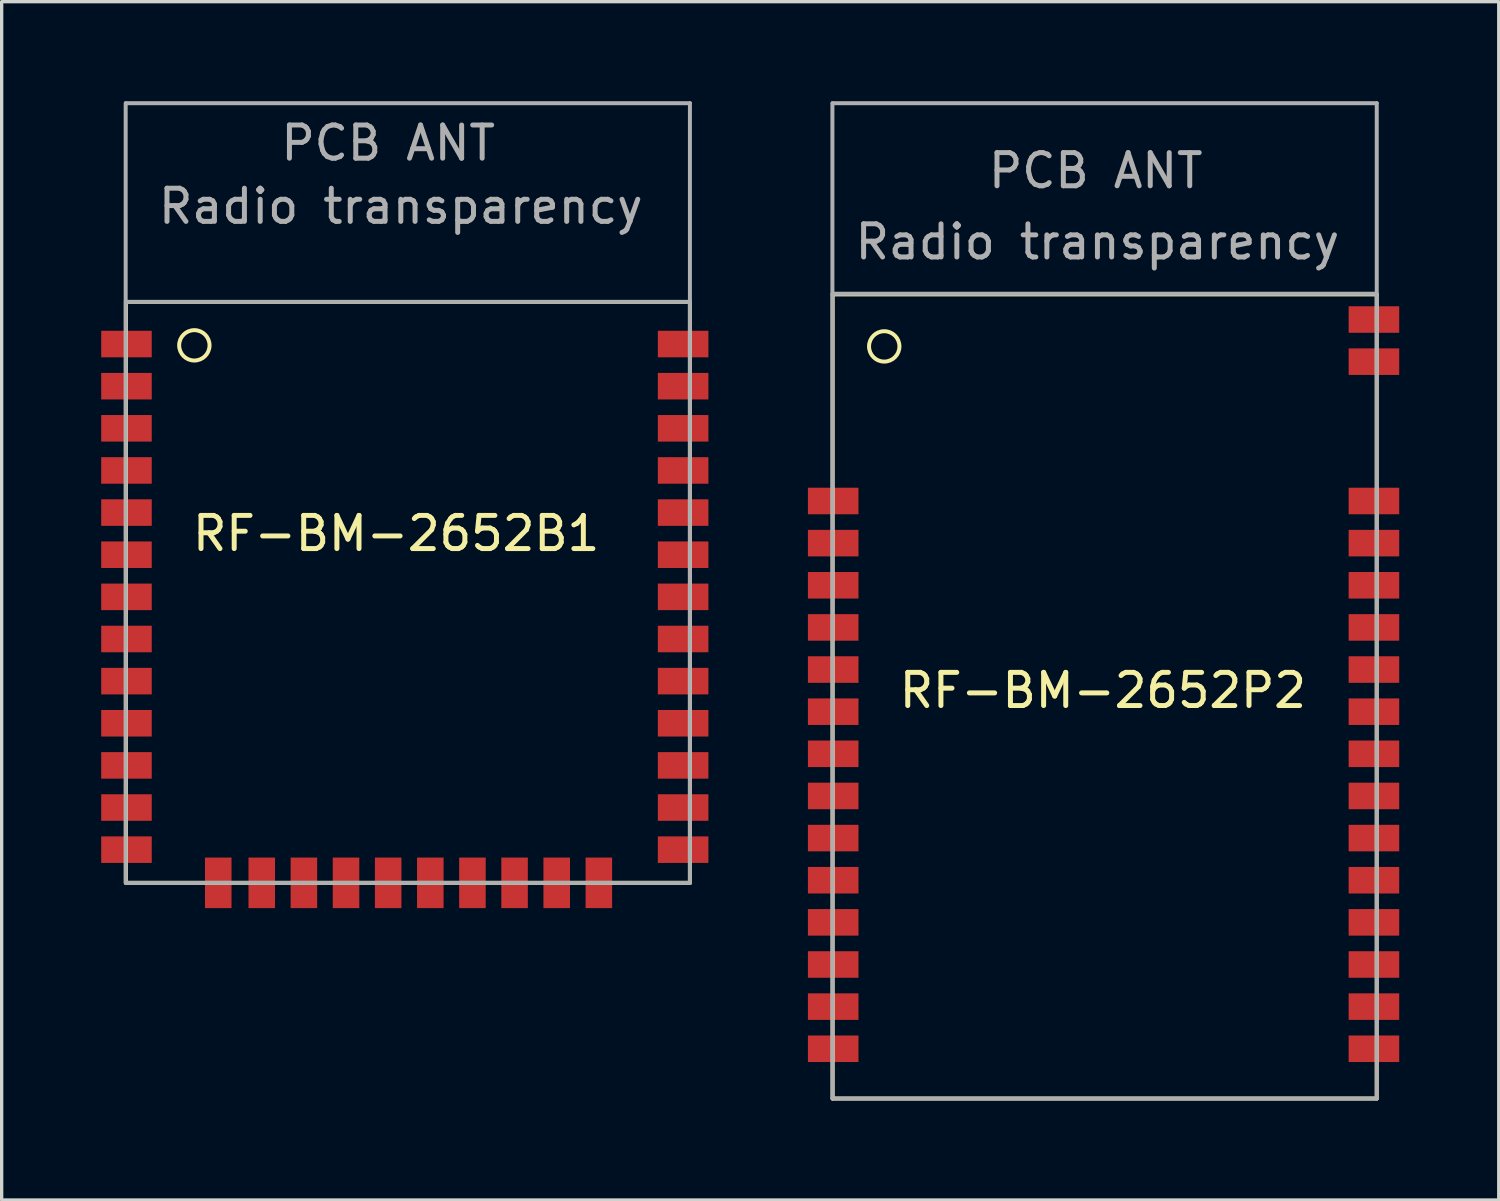
<source format=kicad_pcb>
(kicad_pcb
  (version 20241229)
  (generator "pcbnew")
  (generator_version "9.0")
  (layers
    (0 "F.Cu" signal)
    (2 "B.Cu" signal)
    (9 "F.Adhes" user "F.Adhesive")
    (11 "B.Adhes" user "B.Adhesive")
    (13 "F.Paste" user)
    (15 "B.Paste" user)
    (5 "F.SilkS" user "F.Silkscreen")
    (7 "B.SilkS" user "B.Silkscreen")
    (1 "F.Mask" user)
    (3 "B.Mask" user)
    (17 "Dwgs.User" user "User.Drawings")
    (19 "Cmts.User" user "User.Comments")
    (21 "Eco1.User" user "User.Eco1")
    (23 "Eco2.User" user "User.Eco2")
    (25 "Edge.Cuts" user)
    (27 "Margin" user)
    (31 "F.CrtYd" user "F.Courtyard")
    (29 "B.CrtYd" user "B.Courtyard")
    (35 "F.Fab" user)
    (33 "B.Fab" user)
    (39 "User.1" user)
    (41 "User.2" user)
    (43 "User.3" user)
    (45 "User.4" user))
  (footprint "RF-BM-2652P2"
    (layer "F.Cu")
    (at 29.952 23.901)
    (property "Reference" "RF-BM-2652P2" (at 0.24 -6.14 0) (layer "F.SilkS") (effects (font (size 1 1) (thickness 0.15))))
    (attr through_hole)
    (fp_line (start -7.905 -18.078) (end -7.905 6.16) (stroke (width 0.12) (type solid)) (layer "F.SilkS"))
    (fp_line (start -7.905 6.16) (end 8.495 6.16) (stroke (width 0.12) (type solid)) (layer "F.SilkS"))
    (fp_line (start 8.495 -18.078) (end -7.905 -18.078) (stroke (width 0.12) (type solid)) (layer "F.SilkS"))
    (fp_line (start 8.495 -18.078) (end 8.495 6.16) (stroke (width 0.12) (type solid)) (layer "F.SilkS"))
    (fp_circle (center -6.35 -16.51) (end -6.731 -16.764) (stroke (width 0.12) (type solid)) (fill no) (layer "F.SilkS"))
    (fp_line (start -7.912 -23.84) (end -7.912 6.16) (stroke (width 0.12) (type solid)) (layer "F.Fab"))
    (fp_line (start -7.905 -23.84) (end 8.495 -23.84) (stroke (width 0.12) (type solid)) (layer "F.Fab"))
    (fp_line (start -7.905 6.16) (end 8.495 6.16) (stroke (width 0.12) (type solid)) (layer "F.Fab"))
    (fp_line (start 8.471 -18.098) (end -7.905 -18.098) (stroke (width 0.12) (type solid)) (layer "F.Fab"))
    (fp_line (start 8.495 -23.84) (end 8.495 6.16) (stroke (width 0.12) (type solid)) (layer "F.Fab"))
    (fp_text user "PCB ANT" (at 0.025 -21.806 0) (layer "F.Fab") (effects (font (size 1 1) (thickness 0.15))))
    (fp_text user "Radio transparency" (at 0.076 -19.66 0) (layer "F.Fab") (effects (font (size 1 1) (thickness 0.15))))
    (pad "1" smd rect (at -7.888 -11.85) (size 1.524 0.8) (layers "F.Cu" "F.Mask" "F.Paste"))
    (pad "2" smd rect (at -7.888 -10.58) (size 1.524 0.8) (layers "F.Cu" "F.Mask" "F.Paste"))
    (pad "3" smd rect (at -7.888 -9.31) (size 1.524 0.8) (layers "F.Cu" "F.Mask" "F.Paste"))
    (pad "4" smd rect (at -7.888 -8.04) (size 1.524 0.8) (layers "F.Cu" "F.Mask" "F.Paste"))
    (pad "5" smd rect (at -7.888 -6.77) (size 1.524 0.8) (layers "F.Cu" "F.Mask" "F.Paste"))
    (pad "6" smd rect (at -7.888 -5.5) (size 1.524 0.8) (layers "F.Cu" "F.Mask" "F.Paste"))
    (pad "7" smd rect (at -7.888 -4.23) (size 1.524 0.8) (layers "F.Cu" "F.Mask" "F.Paste"))
    (pad "8" smd rect (at -7.888 -2.96) (size 1.524 0.8) (layers "F.Cu" "F.Mask" "F.Paste"))
    (pad "9" smd rect (at -7.888 -1.69) (size 1.524 0.8) (layers "F.Cu" "F.Mask" "F.Paste"))
    (pad "10" smd rect (at -7.888 -0.42) (size 1.524 0.8) (layers "F.Cu" "F.Mask" "F.Paste"))
    (pad "11" smd rect (at -7.888 0.85) (size 1.524 0.8) (layers "F.Cu" "F.Mask" "F.Paste"))
    (pad "12" smd rect (at -7.888 2.12) (size 1.524 0.8) (layers "F.Cu" "F.Mask" "F.Paste"))
    (pad "13" smd rect (at -7.888 3.39) (size 1.524 0.8) (layers "F.Cu" "F.Mask" "F.Paste"))
    (pad "14" smd rect (at -7.888 4.66) (size 1.524 0.8) (layers "F.Cu" "F.Mask" "F.Paste"))
    (pad "15" smd rect (at 8.41 4.66) (size 1.524 0.8) (layers "F.Cu" "F.Mask" "F.Paste"))
    (pad "16" smd rect (at 8.41 3.39) (size 1.524 0.8) (layers "F.Cu" "F.Mask" "F.Paste"))
    (pad "17" smd rect (at 8.41 2.12) (size 1.524 0.8) (layers "F.Cu" "F.Mask" "F.Paste"))
    (pad "18" smd rect (at 8.41 0.85) (size 1.524 0.8) (layers "F.Cu" "F.Mask" "F.Paste"))
    (pad "19" smd rect (at 8.41 -0.42) (size 1.524 0.8) (layers "F.Cu" "F.Mask" "F.Paste"))
    (pad "20" smd rect (at 8.41 -1.69) (size 1.524 0.8) (layers "F.Cu" "F.Mask" "F.Paste"))
    (pad "21" smd rect (at 8.41 -2.96) (size 1.524 0.8) (layers "F.Cu" "F.Mask" "F.Paste"))
    (pad "22" smd rect (at 8.41 -4.23) (size 1.524 0.8) (layers "F.Cu" "F.Mask" "F.Paste"))
    (pad "23" smd rect (at 8.41 -5.5) (size 1.524 0.8) (layers "F.Cu" "F.Mask" "F.Paste"))
    (pad "24" smd rect (at 8.41 -6.77) (size 1.524 0.8) (layers "F.Cu" "F.Mask" "F.Paste"))
    (pad "25" smd rect (at 8.41 -8.04) (size 1.524 0.8) (layers "F.Cu" "F.Mask" "F.Paste"))
    (pad "26" smd rect (at 8.41 -9.31) (size 1.524 0.8) (layers "F.Cu" "F.Mask" "F.Paste"))
    (pad "27" smd rect (at 8.41 -10.58) (size 1.524 0.8) (layers "F.Cu" "F.Mask" "F.Paste"))
    (pad "28" smd rect (at 8.41 -11.85) (size 1.524 0.8) (layers "F.Cu" "F.Mask" "F.Paste"))
    (pad "29" smd rect (at 8.41 -16.05) (size 1.524 0.8) (layers "F.Cu" "F.Mask" "F.Paste"))
    (pad "30" smd rect (at 8.41 -17.32) (size 1.524 0.8) (layers "F.Cu" "F.Mask" "F.Paste")))
  (footprint "RF-BM-2652B1"
    (layer "F.Cu")
    (at 8.65 19.17)
    (property "Reference" "RF-BM-2652B1" (at 0.24 -6.14 0) (layer "F.SilkS") (effects (font (size 1 1) (thickness 0.15))))
    (attr through_hole)
    (fp_line (start -7.905 -13.12) (end -7.905 4.39) (stroke (width 0.12) (type solid)) (layer "F.SilkS"))
    (fp_line (start -7.905 4.39) (end 9.095 4.39) (stroke (width 0.12) (type solid)) (layer "F.SilkS"))
    (fp_line (start 9.095 -13.12) (end -7.905 -13.12) (stroke (width 0.12) (type solid)) (layer "F.SilkS"))
    (fp_line (start 9.095 -13.12) (end 9.095 4.39) (stroke (width 0.12) (type solid)) (layer "F.SilkS"))
    (fp_circle (center -5.842 -11.811) (end -6.223 -12.065) (stroke (width 0.12) (type solid)) (fill no) (layer "F.SilkS"))
    (fp_line (start -7.912 -19.11) (end -7.912 4.39) (stroke (width 0.12) (type solid)) (layer "F.Fab"))
    (fp_line (start -7.905 -19.11) (end 9.095 -19.11) (stroke (width 0.12) (type solid)) (layer "F.Fab"))
    (fp_line (start -7.905 4.39) (end 9.095 4.39) (stroke (width 0.12) (type solid)) (layer "F.Fab"))
    (fp_line (start 9.095 -19.11) (end 9.095 4.39) (stroke (width 0.12) (type solid)) (layer "F.Fab"))
    (fp_line (start 9.095 -13.12) (end -7.905 -13.12) (stroke (width 0.12) (type solid)) (layer "F.Fab"))
    (fp_text user "PCB ANT" (at 0 -17.907 0) (layer "F.Fab") (effects (font (size 1 1) (thickness 0.15))))
    (fp_text user "Radio transparency" (at 0.381 -16.002 0) (layer "F.Fab") (effects (font (size 1 1) (thickness 0.15))))
    (pad "1" smd rect (at -7.888 -11.85) (size 1.524 0.8) (layers "F.Cu" "F.Mask" "F.Paste"))
    (pad "2" smd rect (at -7.888 -10.58) (size 1.524 0.8) (layers "F.Cu" "F.Mask" "F.Paste"))
    (pad "3" smd rect (at -7.888 -9.31) (size 1.524 0.8) (layers "F.Cu" "F.Mask" "F.Paste"))
    (pad "4" smd rect (at -7.888 -8.04) (size 1.524 0.8) (layers "F.Cu" "F.Mask" "F.Paste"))
    (pad "5" smd rect (at -7.888 -6.77) (size 1.524 0.8) (layers "F.Cu" "F.Mask" "F.Paste"))
    (pad "6" smd rect (at -7.888 -5.5) (size 1.524 0.8) (layers "F.Cu" "F.Mask" "F.Paste"))
    (pad "7" smd rect (at -7.888 -4.23) (size 1.524 0.8) (layers "F.Cu" "F.Mask" "F.Paste"))
    (pad "8" smd rect (at -7.888 -2.96) (size 1.524 0.8) (layers "F.Cu" "F.Mask" "F.Paste"))
    (pad "9" smd rect (at -7.888 -1.69) (size 1.524 0.8) (layers "F.Cu" "F.Mask" "F.Paste"))
    (pad "10" smd rect (at -7.888 -0.42) (size 1.524 0.8) (layers "F.Cu" "F.Mask" "F.Paste"))
    (pad "11" smd rect (at -7.888 0.85) (size 1.524 0.8) (layers "F.Cu" "F.Mask" "F.Paste"))
    (pad "12" smd rect (at -7.888 2.12) (size 1.524 0.8) (layers "F.Cu" "F.Mask" "F.Paste"))
    (pad "13" smd rect (at -7.888 3.39) (size 1.524 0.8) (layers "F.Cu" "F.Mask" "F.Paste"))
    (pad "14" smd rect (at -5.122 4.39 90) (size 1.524 0.8) (layers "F.Cu" "F.Mask" "F.Paste"))
    (pad "15" smd rect (at -3.81 4.39 90) (size 1.524 0.8) (layers "F.Cu" "F.Mask" "F.Paste"))
    (pad "16" smd rect (at -2.54 4.39 90) (size 1.524 0.8) (layers "F.Cu" "F.Mask" "F.Paste"))
    (pad "17" smd rect (at -1.27 4.39 90) (size 1.524 0.8) (layers "F.Cu" "F.Mask" "F.Paste"))
    (pad "18" smd rect (at 0 4.39 90) (size 1.524 0.8) (layers "F.Cu" "F.Mask" "F.Paste"))
    (pad "19" smd rect (at 1.27 4.39 90) (size 1.524 0.8) (layers "F.Cu" "F.Mask" "F.Paste"))
    (pad "20" smd rect (at 2.54 4.39 90) (size 1.524 0.8) (layers "F.Cu" "F.Mask" "F.Paste"))
    (pad "21" smd rect (at 3.81 4.39 90) (size 1.524 0.8) (layers "F.Cu" "F.Mask" "F.Paste"))
    (pad "22" smd rect (at 5.08 4.39 90) (size 1.524 0.8) (layers "F.Cu" "F.Mask" "F.Paste"))
    (pad "23" smd rect (at 6.35 4.39 90) (size 1.524 0.8) (layers "F.Cu" "F.Mask" "F.Paste"))
    (pad "24" smd rect (at 8.89 3.39) (size 1.524 0.8) (layers "F.Cu" "F.Mask" "F.Paste"))
    (pad "25" smd rect (at 8.89 2.12) (size 1.524 0.8) (layers "F.Cu" "F.Mask" "F.Paste"))
    (pad "26" smd rect (at 8.89 0.85) (size 1.524 0.8) (layers "F.Cu" "F.Mask" "F.Paste"))
    (pad "27" smd rect (at 8.89 -0.42) (size 1.524 0.8) (layers "F.Cu" "F.Mask" "F.Paste"))
    (pad "28" smd rect (at 8.89 -1.69) (size 1.524 0.8) (layers "F.Cu" "F.Mask" "F.Paste"))
    (pad "29" smd rect (at 8.89 -2.96) (size 1.524 0.8) (layers "F.Cu" "F.Mask" "F.Paste"))
    (pad "30" smd rect (at 8.89 -4.23) (size 1.524 0.8) (layers "F.Cu" "F.Mask" "F.Paste"))
    (pad "31" smd rect (at 8.89 -5.5) (size 1.524 0.8) (layers "F.Cu" "F.Mask" "F.Paste"))
    (pad "32" smd rect (at 8.89 -6.77) (size 1.524 0.8) (layers "F.Cu" "F.Mask" "F.Paste"))
    (pad "33" smd rect (at 8.89 -8.04) (size 1.524 0.8) (layers "F.Cu" "F.Mask" "F.Paste"))
    (pad "34" smd rect (at 8.89 -9.31) (size 1.524 0.8) (layers "F.Cu" "F.Mask" "F.Paste"))
    (pad "35" smd rect (at 8.89 -10.58) (size 1.524 0.8) (layers "F.Cu" "F.Mask" "F.Paste"))
    (pad "36" smd rect (at 8.89 -11.85) (size 1.524 0.8) (layers "F.Cu" "F.Mask" "F.Paste")))
  (gr_rect
    (start -3 -3)
    (end 42.124 33.12)
    (stroke (width 0.1) (type default))
    (fill no)
    (layer "Edge.Cuts")))
</source>
